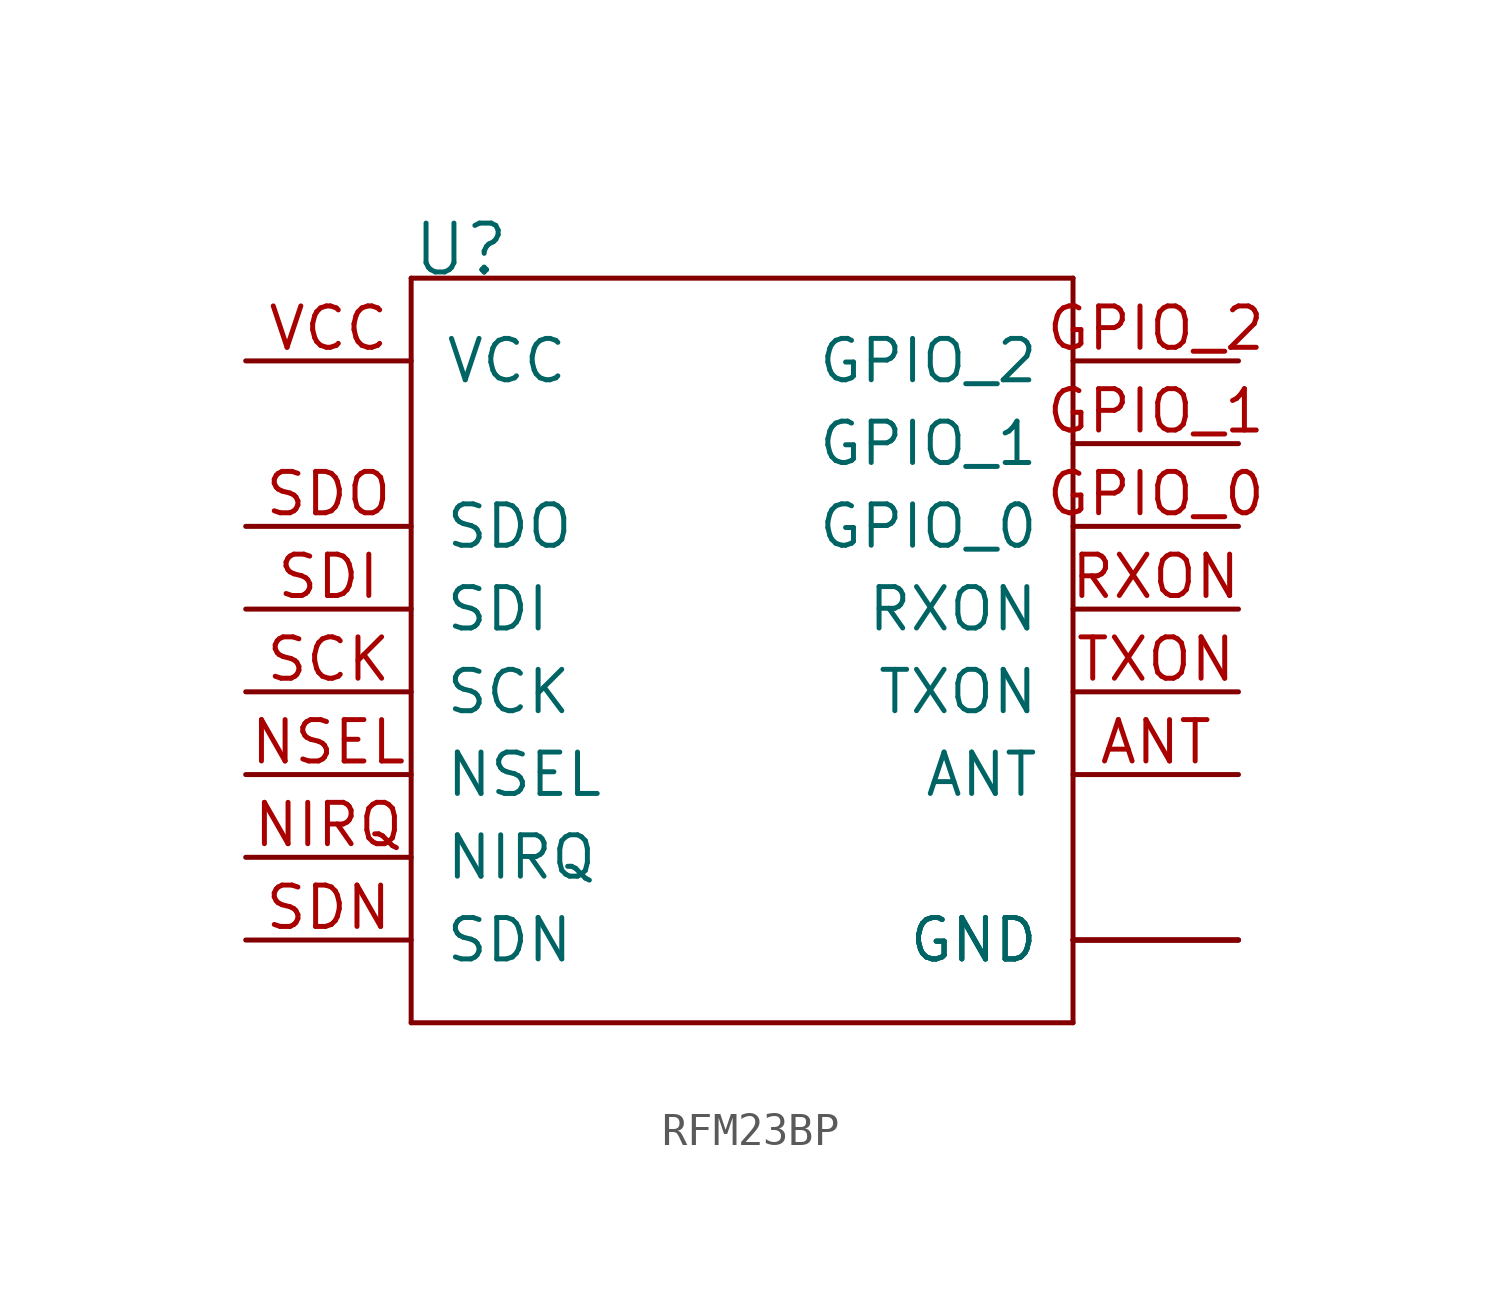
<source format=kicad_sym>
(kicad_symbol_lib
  (version 20220914)
  (generator kicad_symbol_editor)
  (symbol "RFM23BP"
    (pin_names
      (offset 1.016))
    (property "Reference" "U"
      (at -7.62 10.16 0)
      (effects (font (size 1.499 1.499)) (justify left bottom)))
    (property "ki_locked" ""
      (at 0 0 0)
      (effects (font (size 1.27 1.27))))
    (symbol "RFM23BP_1_0"
      (polyline (pts (xy -7.62 -12.7) (xy -7.62 10.16)) (stroke (width 0) (type solid)) (fill (type none)))
      (polyline (pts (xy -7.62 10.16) (xy 12.7 10.16)) (stroke (width 0) (type solid)) (fill (type none)))
      (polyline (pts (xy 12.7 -12.7) (xy -7.62 -12.7)) (stroke (width 0) (type solid)) (fill (type none)))
      (polyline (pts (xy 12.7 10.16) (xy 12.7 -12.7)) (stroke (width 0) (type solid)) (fill (type none)))
      (pin bidirectional line (at 17.78 -5.08 180) (length 5.08) (name "ANT" (effects (font (size 1.27 1.27)))) (number "ANT" (effects (font (size 1.27 1.27)))))
      (pin bidirectional line (at 17.78 -10.16 180) (length 5.08) (name "GND" (effects (font (size 1.27 1.27)))) (number "GND1" (effects (font (size 0 0)))))
      (pin bidirectional line (at 17.78 -10.16 180) (length 5.08) (name "GND" (effects (font (size 1.27 1.27)))) (number "GND2" (effects (font (size 0 0)))))
      (pin bidirectional line (at 17.78 -10.16 180) (length 5.08) (name "GND" (effects (font (size 1.27 1.27)))) (number "GND3" (effects (font (size 0 0)))))
      (pin bidirectional line (at 17.78 2.54 180) (length 5.08) (name "GPIO_0" (effects (font (size 1.27 1.27)))) (number "GPIO_0" (effects (font (size 1.27 1.27)))))
      (pin bidirectional line (at 17.78 5.08 180) (length 5.08) (name "GPIO_1" (effects (font (size 1.27 1.27)))) (number "GPIO_1" (effects (font (size 1.27 1.27)))))
      (pin bidirectional line (at 17.78 7.62 180) (length 5.08) (name "GPIO_2" (effects (font (size 1.27 1.27)))) (number "GPIO_2" (effects (font (size 1.27 1.27)))))
      (pin bidirectional line (at -12.7 -7.62 0) (length 5.08) (name "NIRQ" (effects (font (size 1.27 1.27)))) (number "NIRQ" (effects (font (size 1.27 1.27)))))
      (pin bidirectional line (at -12.7 -5.08 0) (length 5.08) (name "NSEL" (effects (font (size 1.27 1.27)))) (number "NSEL" (effects (font (size 1.27 1.27)))))
      (pin bidirectional line (at 17.78 0 180) (length 5.08) (name "RXON" (effects (font (size 1.27 1.27)))) (number "RXON" (effects (font (size 1.27 1.27)))))
      (pin bidirectional line (at -12.7 -2.54 0) (length 5.08) (name "SCK" (effects (font (size 1.27 1.27)))) (number "SCK" (effects (font (size 1.27 1.27)))))
      (pin bidirectional line (at -12.7 0 0) (length 5.08) (name "SDI" (effects (font (size 1.27 1.27)))) (number "SDI" (effects (font (size 1.27 1.27)))))
      (pin bidirectional line (at -12.7 -10.16 0) (length 5.08) (name "SDN" (effects (font (size 1.27 1.27)))) (number "SDN" (effects (font (size 1.27 1.27)))))
      (pin bidirectional line (at -12.7 2.54 0) (length 5.08) (name "SDO" (effects (font (size 1.27 1.27)))) (number "SDO" (effects (font (size 1.27 1.27)))))
      (pin bidirectional line (at 17.78 -2.54 180) (length 5.08) (name "TXON" (effects (font (size 1.27 1.27)))) (number "TXON" (effects (font (size 1.27 1.27)))))
      (pin power_in line (at -12.7 7.62 0) (length 5.08) (name "VCC" (effects (font (size 1.27 1.27)))) (number "VCC" (effects (font (size 1.27 1.27))))))))
</source>
